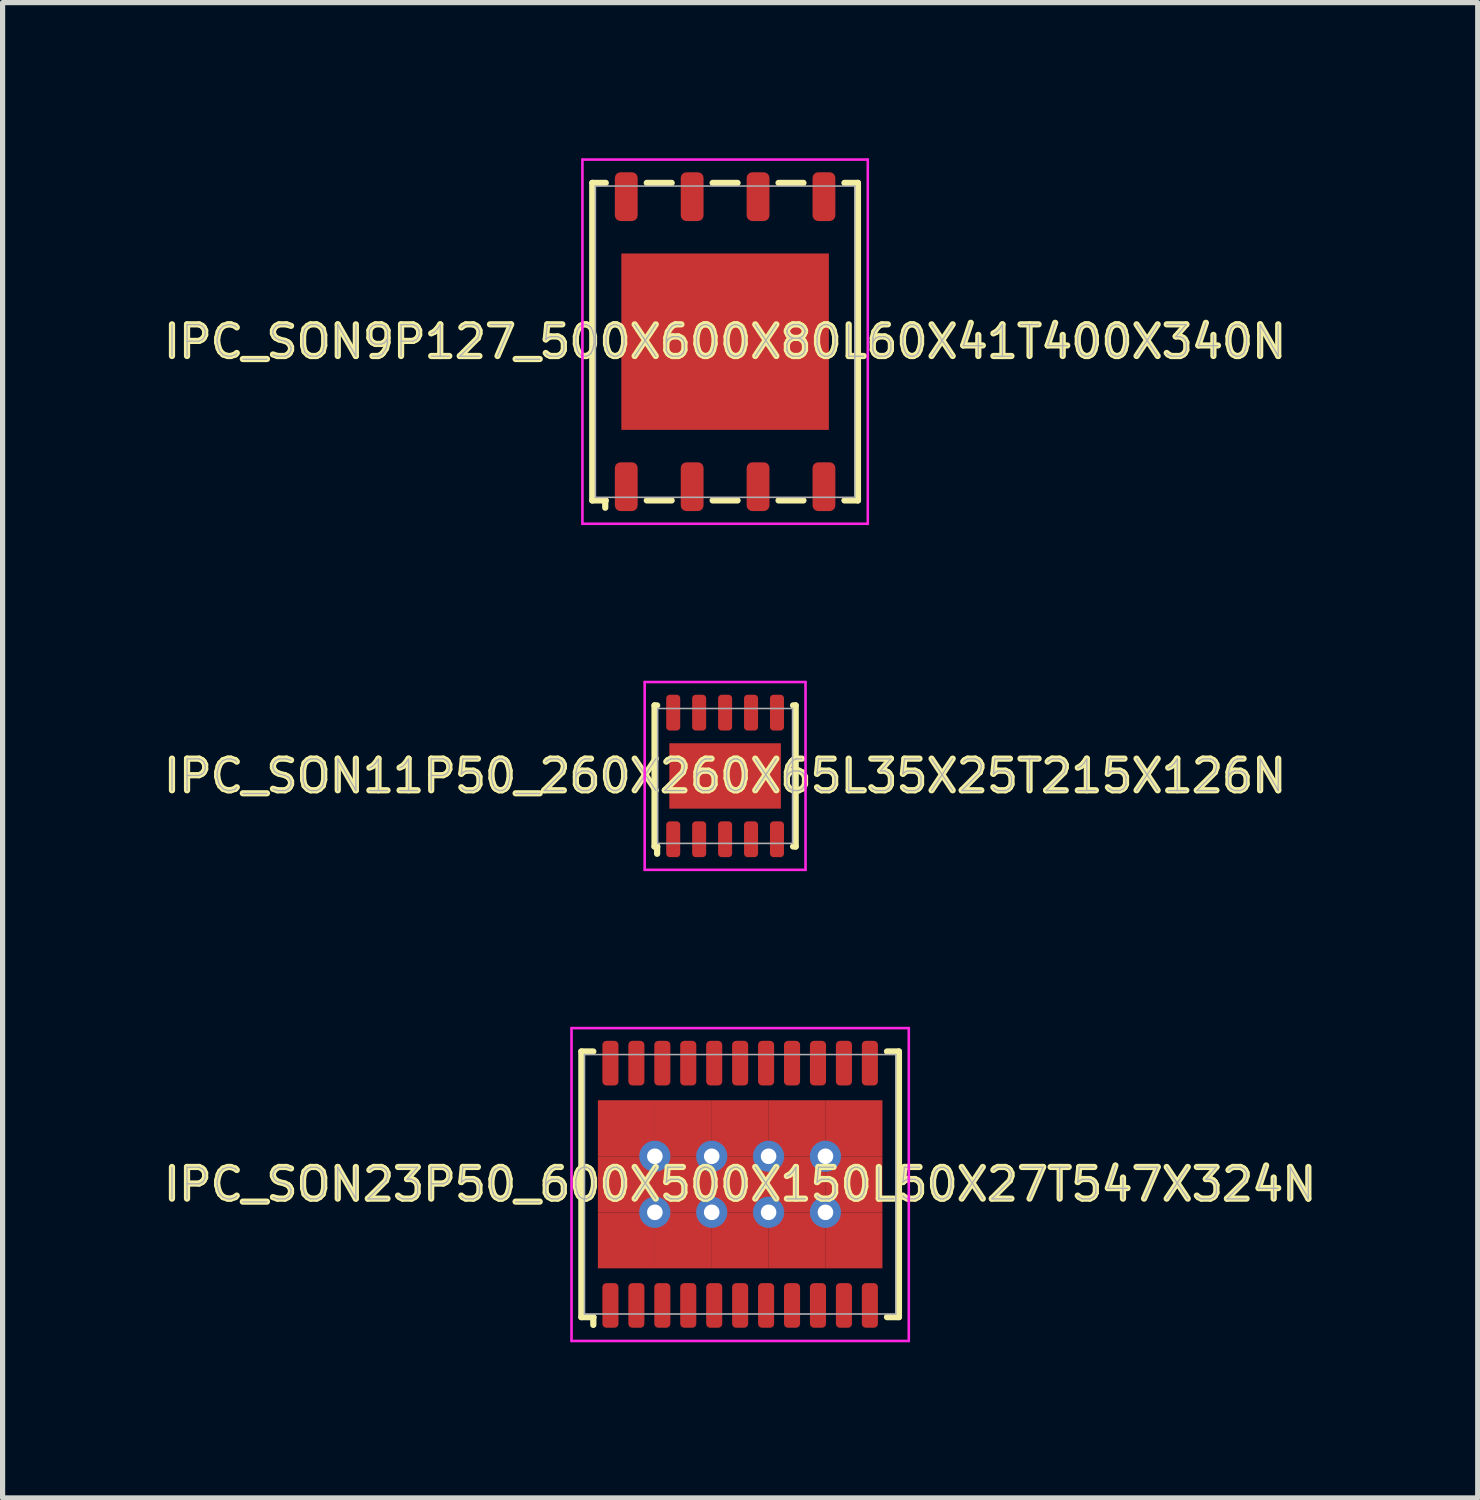
<source format=kicad_pcb>
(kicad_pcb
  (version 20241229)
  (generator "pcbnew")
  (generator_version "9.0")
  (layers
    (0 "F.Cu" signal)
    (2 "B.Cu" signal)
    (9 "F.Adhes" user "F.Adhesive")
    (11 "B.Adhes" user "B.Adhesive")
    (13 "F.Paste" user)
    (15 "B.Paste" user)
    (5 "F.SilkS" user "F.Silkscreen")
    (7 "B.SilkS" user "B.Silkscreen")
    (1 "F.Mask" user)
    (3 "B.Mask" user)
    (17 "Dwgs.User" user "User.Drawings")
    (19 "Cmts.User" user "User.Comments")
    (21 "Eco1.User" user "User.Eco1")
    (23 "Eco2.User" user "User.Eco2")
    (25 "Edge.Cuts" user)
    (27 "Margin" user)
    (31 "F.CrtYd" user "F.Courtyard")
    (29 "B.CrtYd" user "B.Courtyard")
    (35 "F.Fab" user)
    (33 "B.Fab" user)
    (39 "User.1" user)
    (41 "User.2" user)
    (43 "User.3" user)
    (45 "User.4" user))
  (footprint "IPC_SON9P127_500X600X80L60X41T400X340N"
    (layer "F.Cu")
    (at 10.925 3.535)
    (property "Reference" "IPC_SON9P127_500X600X80L60X41T400X340N" (at 0 0 0) (layer "F.SilkS") (effects (font (size 0.61 0.61) (thickness 0.12))))
    (attr smd)
    (fp_line (start -2.56 -3.06) (end -2.3 -3.06) (stroke (width 0.12) (type solid)) (layer "F.SilkS"))
    (fp_line (start -2.56 3.06) (end -2.56 -3.06) (stroke (width 0.12) (type solid)) (layer "F.SilkS"))
    (fp_line (start -2.31 3.06) (end -2.56 3.06) (stroke (width 0.12) (type solid)) (layer "F.SilkS"))
    (fp_line (start -2.31 3.2) (end -2.31 3.06) (stroke (width 0.12) (type solid)) (layer "F.SilkS"))
    (fp_line (start -2.3 3.06) (end -2.31 3.06) (stroke (width 0.12) (type solid)) (layer "F.SilkS"))
    (fp_line (start -1.51 -3.06) (end -1.03 -3.06) (stroke (width 0.12) (type solid)) (layer "F.SilkS"))
    (fp_line (start -1.03 3.06) (end -1.51 3.06) (stroke (width 0.12) (type solid)) (layer "F.SilkS"))
    (fp_line (start -0.24 -3.06) (end 0.24 -3.06) (stroke (width 0.12) (type solid)) (layer "F.SilkS"))
    (fp_line (start 0.24 3.06) (end -0.24 3.06) (stroke (width 0.12) (type solid)) (layer "F.SilkS"))
    (fp_line (start 1.03 -3.06) (end 1.51 -3.06) (stroke (width 0.12) (type solid)) (layer "F.SilkS"))
    (fp_line (start 1.51 3.06) (end 1.03 3.06) (stroke (width 0.12) (type solid)) (layer "F.SilkS"))
    (fp_line (start 2.3 -3.06) (end 2.56 -3.06) (stroke (width 0.12) (type solid)) (layer "F.SilkS"))
    (fp_line (start 2.56 -3.06) (end 2.56 3.06) (stroke (width 0.12) (type solid)) (layer "F.SilkS"))
    (fp_line (start 2.56 3.06) (end 2.3 3.06) (stroke (width 0.12) (type solid)) (layer "F.SilkS"))
    (fp_line (start -2.75 -3.51) (end 2.75 -3.51) (stroke (width 0.05) (type solid)) (layer "F.CrtYd"))
    (fp_line (start -2.75 3.51) (end -2.75 -3.51) (stroke (width 0.05) (type solid)) (layer "F.CrtYd"))
    (fp_line (start 2.75 -3.51) (end 2.75 3.51) (stroke (width 0.05) (type solid)) (layer "F.CrtYd"))
    (fp_line (start 2.75 3.51) (end -2.75 3.51) (stroke (width 0.05) (type solid)) (layer "F.CrtYd"))
    (fp_line (start -2.5 -3) (end 2.5 -3) (stroke (width 0.03) (type solid)) (layer "F.Fab"))
    (fp_line (start -2.5 3) (end -2.5 -3) (stroke (width 0.03) (type solid)) (layer "F.Fab"))
    (fp_line (start 2.5 -3) (end 2.5 3) (stroke (width 0.03) (type solid)) (layer "F.Fab"))
    (fp_line (start 2.5 3) (end -2.5 3) (stroke (width 0.03) (type solid)) (layer "F.Fab"))
    (fp_text user "${REFERENCE}" (at 0 0 0) (layer "F.Fab") (effects (font (size 0.61 0.61) (thickness 0.025))))
    (pad "1" smd roundrect (at -1.905 2.795) (size 0.44 0.94) (layers "F.Cu" "F.Mask" "F.Paste") (roundrect_rratio 0.25))
    (pad "2" smd roundrect (at -0.635 2.795) (size 0.44 0.94) (layers "F.Cu" "F.Mask" "F.Paste") (roundrect_rratio 0.25))
    (pad "3" smd roundrect (at 0.635 2.795) (size 0.44 0.94) (layers "F.Cu" "F.Mask" "F.Paste") (roundrect_rratio 0.25))
    (pad "4" smd roundrect (at 1.905 2.795) (size 0.44 0.94) (layers "F.Cu" "F.Mask" "F.Paste") (roundrect_rratio 0.25))
    (pad "5" smd roundrect (at 1.905 -2.795 180) (size 0.44 0.94) (layers "F.Cu" "F.Mask" "F.Paste") (roundrect_rratio 0.25))
    (pad "6" smd roundrect (at 0.635 -2.795 180) (size 0.44 0.94) (layers "F.Cu" "F.Mask" "F.Paste") (roundrect_rratio 0.25))
    (pad "7" smd roundrect (at -0.635 -2.795 180) (size 0.44 0.94) (layers "F.Cu" "F.Mask" "F.Paste") (roundrect_rratio 0.25))
    (pad "8" smd roundrect (at -1.905 -2.795 180) (size 0.44 0.94) (layers "F.Cu" "F.Mask" "F.Paste") (roundrect_rratio 0.25))
    (pad "9" smd rect (at 0 0) (size 4 3.4) (layers "F.Cu" "F.Mask" "F.Paste")))
  (footprint "IPC_SON11P50_260X260X65L35X25T215X126N"
    (layer "F.Cu")
    (at 10.925 11.905)
    (property "Reference" "IPC_SON11P50_260X260X65L35X25T215X126N" (at 0 0 0) (layer "F.SilkS") (effects (font (size 0.61 0.61) (thickness 0.12))))
    (attr smd)
    (fp_line (start -1.36 -1.36) (end -1.31 -1.36) (stroke (width 0.12) (type solid)) (layer "F.SilkS"))
    (fp_line (start -1.36 1.36) (end -1.36 -1.36) (stroke (width 0.12) (type solid)) (layer "F.SilkS"))
    (fp_line (start -1.31 1.36) (end -1.36 1.36) (stroke (width 0.12) (type solid)) (layer "F.SilkS"))
    (fp_line (start -1.31 1.36) (end -1.31 1.36) (stroke (width 0.12) (type solid)) (layer "F.SilkS"))
    (fp_line (start -1.31 1.5) (end -1.31 1.36) (stroke (width 0.12) (type solid)) (layer "F.SilkS"))
    (fp_line (start 1.31 -1.36) (end 1.36 -1.36) (stroke (width 0.12) (type solid)) (layer "F.SilkS"))
    (fp_line (start 1.36 -1.36) (end 1.36 1.36) (stroke (width 0.12) (type solid)) (layer "F.SilkS"))
    (fp_line (start 1.36 1.36) (end 1.31 1.36) (stroke (width 0.12) (type solid)) (layer "F.SilkS"))
    (fp_line (start -1.55 -1.81) (end 1.55 -1.81) (stroke (width 0.05) (type solid)) (layer "F.CrtYd"))
    (fp_line (start -1.55 1.81) (end -1.55 -1.81) (stroke (width 0.05) (type solid)) (layer "F.CrtYd"))
    (fp_line (start 1.55 -1.81) (end 1.55 1.81) (stroke (width 0.05) (type solid)) (layer "F.CrtYd"))
    (fp_line (start 1.55 1.81) (end -1.55 1.81) (stroke (width 0.05) (type solid)) (layer "F.CrtYd"))
    (fp_line (start -1.3 -1.3) (end 1.3 -1.3) (stroke (width 0.03) (type solid)) (layer "F.Fab"))
    (fp_line (start -1.3 1.3) (end -1.3 -1.3) (stroke (width 0.03) (type solid)) (layer "F.Fab"))
    (fp_line (start 1.3 -1.3) (end 1.3 1.3) (stroke (width 0.03) (type solid)) (layer "F.Fab"))
    (fp_line (start 1.3 1.3) (end -1.3 1.3) (stroke (width 0.03) (type solid)) (layer "F.Fab"))
    (fp_text user "${REFERENCE}" (at 0 0 0) (layer "F.Fab") (effects (font (size 0.61 0.61) (thickness 0.025))))
    (pad "1" smd roundrect (at -1 1.22) (size 0.27 0.69) (layers "F.Cu" "F.Mask" "F.Paste") (roundrect_rratio 0.25))
    (pad "2" smd roundrect (at -0.5 1.22) (size 0.27 0.69) (layers "F.Cu" "F.Mask" "F.Paste") (roundrect_rratio 0.25))
    (pad "3" smd roundrect (at 0 1.22) (size 0.27 0.69) (layers "F.Cu" "F.Mask" "F.Paste") (roundrect_rratio 0.25))
    (pad "4" smd roundrect (at 0.5 1.22) (size 0.27 0.69) (layers "F.Cu" "F.Mask" "F.Paste") (roundrect_rratio 0.25))
    (pad "5" smd roundrect (at 1 1.22) (size 0.27 0.69) (layers "F.Cu" "F.Mask" "F.Paste") (roundrect_rratio 0.25))
    (pad "6" smd roundrect (at 1 -1.22 180) (size 0.27 0.69) (layers "F.Cu" "F.Mask" "F.Paste") (roundrect_rratio 0.25))
    (pad "7" smd roundrect (at 0.5 -1.22 180) (size 0.27 0.69) (layers "F.Cu" "F.Mask" "F.Paste") (roundrect_rratio 0.25))
    (pad "8" smd roundrect (at 0 -1.22 180) (size 0.27 0.69) (layers "F.Cu" "F.Mask" "F.Paste") (roundrect_rratio 0.25))
    (pad "9" smd roundrect (at -0.5 -1.22 180) (size 0.27 0.69) (layers "F.Cu" "F.Mask" "F.Paste") (roundrect_rratio 0.25))
    (pad "10" smd roundrect (at -1 -1.22 180) (size 0.27 0.69) (layers "F.Cu" "F.Mask" "F.Paste") (roundrect_rratio 0.25))
    (pad "11" smd rect (at 0 0) (size 2.15 1.26) (layers "F.Cu" "F.Mask" "F.Paste")))
  (footprint "IPC_SON23P50_600X500X150L50X27T547X324N"
    (layer "F.Cu")
    (at 11.215 19.775)
    (property "Reference" "IPC_SON23P50_600X500X150L50X27T547X324N" (at 0 0 0) (layer "F.SilkS") (effects (font (size 0.61 0.61) (thickness 0.12))))
    (attr smd)
    (fp_line (start -3.06 -2.56) (end -2.83 -2.56) (stroke (width 0.12) (type solid)) (layer "F.SilkS"))
    (fp_line (start -3.06 2.56) (end -3.06 -2.56) (stroke (width 0.12) (type solid)) (layer "F.SilkS"))
    (fp_line (start -2.83 2.56) (end -3.06 2.56) (stroke (width 0.12) (type solid)) (layer "F.SilkS"))
    (fp_line (start -2.83 2.56) (end -2.83 2.56) (stroke (width 0.12) (type solid)) (layer "F.SilkS"))
    (fp_line (start -2.83 2.71) (end -2.83 2.56) (stroke (width 0.12) (type solid)) (layer "F.SilkS"))
    (fp_line (start 2.83 -2.56) (end 3.06 -2.56) (stroke (width 0.12) (type solid)) (layer "F.SilkS"))
    (fp_line (start 3.06 -2.56) (end 3.06 2.56) (stroke (width 0.12) (type solid)) (layer "F.SilkS"))
    (fp_line (start 3.06 2.56) (end 2.83 2.56) (stroke (width 0.12) (type solid)) (layer "F.SilkS"))
    (fp_line (start -3.25 -3.01) (end 3.25 -3.01) (stroke (width 0.05) (type solid)) (layer "F.CrtYd"))
    (fp_line (start -3.25 3.02) (end -3.25 -3.01) (stroke (width 0.05) (type solid)) (layer "F.CrtYd"))
    (fp_line (start 3.25 -3.01) (end 3.25 3.02) (stroke (width 0.05) (type solid)) (layer "F.CrtYd"))
    (fp_line (start 3.25 3.02) (end -3.25 3.02) (stroke (width 0.05) (type solid)) (layer "F.CrtYd"))
    (fp_line (start -3 -2.5) (end 3 -2.5) (stroke (width 0.03) (type solid)) (layer "F.Fab"))
    (fp_line (start -3 2.5) (end -3 -2.5) (stroke (width 0.03) (type solid)) (layer "F.Fab"))
    (fp_line (start 3 -2.5) (end 3 2.5) (stroke (width 0.03) (type solid)) (layer "F.Fab"))
    (fp_line (start 3 2.5) (end -3 2.5) (stroke (width 0.03) (type solid)) (layer "F.Fab"))
    (fp_text user "${REFERENCE}" (at 0 0 0) (layer "F.Fab") (effects (font (size 0.61 0.61) (thickness 0.025))))
    (pad "1" smd roundrect (at -2.5 2.335) (size 0.31 0.86) (layers "F.Cu" "F.Mask" "F.Paste") (roundrect_rratio 0.25))
    (pad "2" smd roundrect (at -2 2.335) (size 0.31 0.86) (layers "F.Cu" "F.Mask" "F.Paste") (roundrect_rratio 0.25))
    (pad "3" smd roundrect (at -1.5 2.335) (size 0.31 0.86) (layers "F.Cu" "F.Mask" "F.Paste") (roundrect_rratio 0.25))
    (pad "4" smd roundrect (at -1 2.335) (size 0.31 0.86) (layers "F.Cu" "F.Mask" "F.Paste") (roundrect_rratio 0.25))
    (pad "5" smd roundrect (at -0.5 2.335) (size 0.31 0.86) (layers "F.Cu" "F.Mask" "F.Paste") (roundrect_rratio 0.25))
    (pad "6" smd roundrect (at 0 2.335) (size 0.31 0.86) (layers "F.Cu" "F.Mask" "F.Paste") (roundrect_rratio 0.25))
    (pad "7" smd roundrect (at 0.5 2.335) (size 0.31 0.86) (layers "F.Cu" "F.Mask" "F.Paste") (roundrect_rratio 0.25))
    (pad "8" smd roundrect (at 1 2.335) (size 0.31 0.86) (layers "F.Cu" "F.Mask" "F.Paste") (roundrect_rratio 0.25))
    (pad "9" smd roundrect (at 1.5 2.335) (size 0.31 0.86) (layers "F.Cu" "F.Mask" "F.Paste") (roundrect_rratio 0.25))
    (pad "10" smd roundrect (at 2 2.335) (size 0.31 0.86) (layers "F.Cu" "F.Mask" "F.Paste") (roundrect_rratio 0.25))
    (pad "11" smd roundrect (at 2.5 2.335) (size 0.31 0.86) (layers "F.Cu" "F.Mask" "F.Paste") (roundrect_rratio 0.25))
    (pad "12" smd roundrect (at 2.5 -2.335 180) (size 0.31 0.86) (layers "F.Cu" "F.Mask" "F.Paste") (roundrect_rratio 0.25))
    (pad "13" smd roundrect (at 2 -2.335 180) (size 0.31 0.86) (layers "F.Cu" "F.Mask" "F.Paste") (roundrect_rratio 0.25))
    (pad "14" smd roundrect (at 1.5 -2.335 180) (size 0.31 0.86) (layers "F.Cu" "F.Mask" "F.Paste") (roundrect_rratio 0.25))
    (pad "15" smd roundrect (at 1 -2.335 180) (size 0.31 0.86) (layers "F.Cu" "F.Mask" "F.Paste") (roundrect_rratio 0.25))
    (pad "16" smd roundrect (at 0.5 -2.335 180) (size 0.31 0.86) (layers "F.Cu" "F.Mask" "F.Paste") (roundrect_rratio 0.25))
    (pad "17" smd roundrect (at 0 -2.335 180) (size 0.31 0.86) (layers "F.Cu" "F.Mask" "F.Paste") (roundrect_rratio 0.25))
    (pad "18" smd roundrect (at -0.5 -2.335 180) (size 0.31 0.86) (layers "F.Cu" "F.Mask" "F.Paste") (roundrect_rratio 0.25))
    (pad "19" smd roundrect (at -1 -2.335 180) (size 0.31 0.86) (layers "F.Cu" "F.Mask" "F.Paste") (roundrect_rratio 0.25))
    (pad "20" smd roundrect (at -1.5 -2.335 180) (size 0.31 0.86) (layers "F.Cu" "F.Mask" "F.Paste") (roundrect_rratio 0.25))
    (pad "21" smd roundrect (at -2 -2.335 180) (size 0.31 0.86) (layers "F.Cu" "F.Mask" "F.Paste") (roundrect_rratio 0.25))
    (pad "22" smd roundrect (at -2.5 -2.335 180) (size 0.31 0.86) (layers "F.Cu" "F.Mask" "F.Paste") (roundrect_rratio 0.25))
    (pad "23" smd rect (at -2.192 -1.08) (size 1.1 1.08) (layers "F.Cu" "F.Mask" "F.Paste"))
    (pad "23" smd rect (at -2.192 0) (size 1.1 1.08) (layers "F.Cu" "F.Mask" "F.Paste"))
    (pad "23" smd rect (at -2.192 1.08) (size 1.1 1.08) (layers "F.Cu" "F.Mask" "F.Paste"))
    (pad "23" thru_hole circle (at -1.644 -0.54) (size 0.6 0.6) (drill 0.3) (layers "*.Cu"))
    (pad "23" thru_hole circle (at -1.644 0.54) (size 0.6 0.6) (drill 0.3) (layers "*.Cu"))
    (pad "23" smd rect (at -1.096 -1.08) (size 1.1 1.08) (layers "F.Cu" "F.Mask" "F.Paste"))
    (pad "23" smd rect (at -1.096 0) (size 1.1 1.08) (layers "F.Cu" "F.Mask" "F.Paste"))
    (pad "23" smd rect (at -1.096 1.08) (size 1.1 1.08) (layers "F.Cu" "F.Mask" "F.Paste"))
    (pad "23" thru_hole circle (at -0.548 -0.54) (size 0.6 0.6) (drill 0.3) (layers "*.Cu"))
    (pad "23" thru_hole circle (at -0.548 0.54) (size 0.6 0.6) (drill 0.3) (layers "*.Cu"))
    (pad "23" smd rect (at 0 -1.08) (size 1.1 1.08) (layers "F.Cu" "F.Mask" "F.Paste"))
    (pad "23" smd rect (at 0 0) (size 1.1 1.08) (layers "F.Cu" "F.Mask" "F.Paste"))
    (pad "23" smd rect (at 0 1.08) (size 1.1 1.08) (layers "F.Cu" "F.Mask" "F.Paste"))
    (pad "23" thru_hole circle (at 0.548 -0.54) (size 0.6 0.6) (drill 0.3) (layers "*.Cu"))
    (pad "23" thru_hole circle (at 0.548 0.54) (size 0.6 0.6) (drill 0.3) (layers "*.Cu"))
    (pad "23" smd rect (at 1.096 -1.08) (size 1.1 1.08) (layers "F.Cu" "F.Mask" "F.Paste"))
    (pad "23" smd rect (at 1.096 0) (size 1.1 1.08) (layers "F.Cu" "F.Mask" "F.Paste"))
    (pad "23" smd rect (at 1.096 1.08) (size 1.1 1.08) (layers "F.Cu" "F.Mask" "F.Paste"))
    (pad "23" thru_hole circle (at 1.644 -0.54) (size 0.6 0.6) (drill 0.3) (layers "*.Cu"))
    (pad "23" thru_hole circle (at 1.644 0.54) (size 0.6 0.6) (drill 0.3) (layers "*.Cu"))
    (pad "23" smd rect (at 2.192 -1.08) (size 1.1 1.08) (layers "F.Cu" "F.Mask" "F.Paste"))
    (pad "23" smd rect (at 2.192 0) (size 1.1 1.08) (layers "F.Cu" "F.Mask" "F.Paste"))
    (pad "23" smd rect (at 2.192 1.08) (size 1.1 1.08) (layers "F.Cu" "F.Mask" "F.Paste")))
  (gr_rect
    (start -3 -3)
    (end 25.43 25.82)
    (stroke (width 0.1) (type default))
    (fill no)
    (layer "Edge.Cuts")))
</source>
